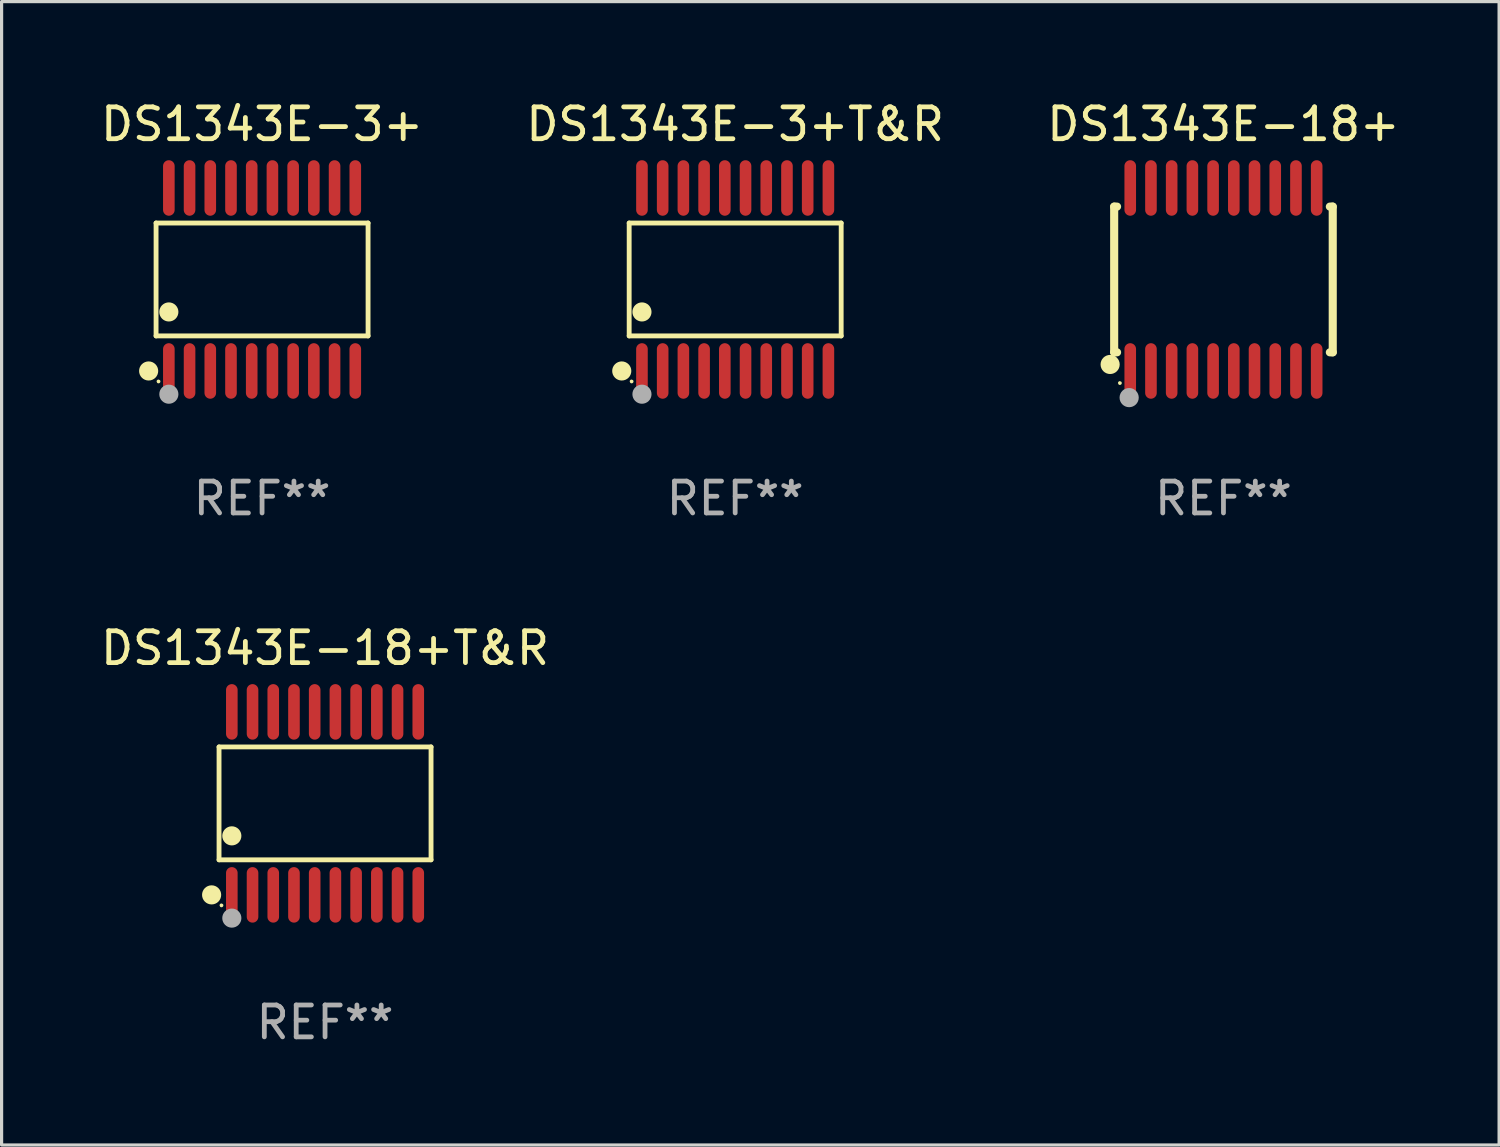
<source format=kicad_pcb>
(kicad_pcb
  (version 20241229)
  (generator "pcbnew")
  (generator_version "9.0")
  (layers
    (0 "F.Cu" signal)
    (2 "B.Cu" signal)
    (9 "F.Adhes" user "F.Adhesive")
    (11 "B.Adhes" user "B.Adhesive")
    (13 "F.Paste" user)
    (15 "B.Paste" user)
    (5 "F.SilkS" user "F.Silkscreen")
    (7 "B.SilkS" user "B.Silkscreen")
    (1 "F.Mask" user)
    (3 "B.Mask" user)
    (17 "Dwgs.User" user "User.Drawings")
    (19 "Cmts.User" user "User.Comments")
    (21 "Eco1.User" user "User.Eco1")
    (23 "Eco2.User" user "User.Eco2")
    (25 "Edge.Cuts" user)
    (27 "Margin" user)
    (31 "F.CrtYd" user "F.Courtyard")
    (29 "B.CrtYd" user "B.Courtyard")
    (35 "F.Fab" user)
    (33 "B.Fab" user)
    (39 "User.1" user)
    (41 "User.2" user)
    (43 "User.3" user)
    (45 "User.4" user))
  (footprint "DS1343E-3+"
    (layer "F.Cu")
    (at 5.173 5.719)
    (property "Reference" "DS1343E-3+" (at 0 -4.871 0) (layer "F.SilkS") (effects (font (size 1 1) (thickness 0.15))))
    (attr through_hole)
    (fp_line (start -3.326 -1.771) (end 3.326 -1.771) (stroke (width 0.152) (type solid)) (layer "F.SilkS"))
    (fp_line (start -3.326 1.771) (end -3.326 -1.771) (stroke (width 0.152) (type solid)) (layer "F.SilkS"))
    (fp_line (start 3.326 -1.771) (end 3.326 1.771) (stroke (width 0.152) (type solid)) (layer "F.SilkS"))
    (fp_line (start 3.326 1.771) (end -3.326 1.771) (stroke (width 0.152) (type solid)) (layer "F.SilkS"))
    (fp_circle (center -3.559 2.871) (end -3.409 2.871) (stroke (width 0.3) (type solid)) (fill no) (layer "F.SilkS"))
    (fp_circle (center -3.25 3.2) (end -3.22 3.2) (stroke (width 0.06) (type solid)) (fill no) (layer "F.SilkS"))
    (fp_circle (center -2.925 1.019) (end -2.775 1.019) (stroke (width 0.3) (type solid)) (fill no) (layer "F.SilkS"))
    (fp_circle (center -2.925 3.6) (end -2.775 3.6) (stroke (width 0.3) (type solid)) (fill no) (layer "F.Fab"))
    (fp_text user "REF**" (at 0 6.871 0) (layer "F.Fab") (effects (font (size 1 1) (thickness 0.15))))
    (pad "1" smd oval (at -2.925 2.871) (size 0.364 1.742) (layers "F.Cu" "F.Mask" "F.Paste"))
    (pad "2" smd oval (at -2.275 2.871) (size 0.364 1.742) (layers "F.Cu" "F.Mask" "F.Paste"))
    (pad "3" smd oval (at -1.625 2.871) (size 0.364 1.742) (layers "F.Cu" "F.Mask" "F.Paste"))
    (pad "4" smd oval (at -0.975 2.871) (size 0.364 1.742) (layers "F.Cu" "F.Mask" "F.Paste"))
    (pad "5" smd oval (at -0.325 2.871) (size 0.364 1.742) (layers "F.Cu" "F.Mask" "F.Paste"))
    (pad "6" smd oval (at 0.325 2.871) (size 0.364 1.742) (layers "F.Cu" "F.Mask" "F.Paste"))
    (pad "7" smd oval (at 0.975 2.871) (size 0.364 1.742) (layers "F.Cu" "F.Mask" "F.Paste"))
    (pad "8" smd oval (at 1.625 2.871) (size 0.364 1.742) (layers "F.Cu" "F.Mask" "F.Paste"))
    (pad "9" smd oval (at 2.275 2.871) (size 0.364 1.742) (layers "F.Cu" "F.Mask" "F.Paste"))
    (pad "10" smd oval (at 2.925 2.871) (size 0.364 1.742) (layers "F.Cu" "F.Mask" "F.Paste"))
    (pad "11" smd oval (at 2.925 -2.871) (size 0.364 1.742) (layers "F.Cu" "F.Mask" "F.Paste"))
    (pad "12" smd oval (at 2.275 -2.871) (size 0.364 1.742) (layers "F.Cu" "F.Mask" "F.Paste"))
    (pad "13" smd oval (at 1.625 -2.871) (size 0.364 1.742) (layers "F.Cu" "F.Mask" "F.Paste"))
    (pad "14" smd oval (at 0.975 -2.871) (size 0.364 1.742) (layers "F.Cu" "F.Mask" "F.Paste"))
    (pad "15" smd oval (at 0.325 -2.871) (size 0.364 1.742) (layers "F.Cu" "F.Mask" "F.Paste"))
    (pad "16" smd oval (at -0.325 -2.871) (size 0.364 1.742) (layers "F.Cu" "F.Mask" "F.Paste"))
    (pad "17" smd oval (at -0.975 -2.871) (size 0.364 1.742) (layers "F.Cu" "F.Mask" "F.Paste"))
    (pad "18" smd oval (at -1.625 -2.871) (size 0.364 1.742) (layers "F.Cu" "F.Mask" "F.Paste"))
    (pad "19" smd oval (at -2.275 -2.871) (size 0.364 1.742) (layers "F.Cu" "F.Mask" "F.Paste"))
    (pad "20" smd oval (at -2.925 -2.871) (size 0.364 1.742) (layers "F.Cu" "F.Mask" "F.Paste")))
  (footprint "DS1343E-3+T&R"
    (layer "F.Cu")
    (at 20.018 5.719)
    (property "Reference" "DS1343E-3+T&R" (at 0 -4.871 0) (layer "F.SilkS") (effects (font (size 1 1) (thickness 0.15))))
    (attr through_hole)
    (fp_line (start -3.326 -1.771) (end 3.326 -1.771) (stroke (width 0.152) (type solid)) (layer "F.SilkS"))
    (fp_line (start -3.326 1.771) (end -3.326 -1.771) (stroke (width 0.152) (type solid)) (layer "F.SilkS"))
    (fp_line (start 3.326 -1.771) (end 3.326 1.771) (stroke (width 0.152) (type solid)) (layer "F.SilkS"))
    (fp_line (start 3.326 1.771) (end -3.326 1.771) (stroke (width 0.152) (type solid)) (layer "F.SilkS"))
    (fp_circle (center -3.559 2.871) (end -3.409 2.871) (stroke (width 0.3) (type solid)) (fill no) (layer "F.SilkS"))
    (fp_circle (center -3.25 3.2) (end -3.22 3.2) (stroke (width 0.06) (type solid)) (fill no) (layer "F.SilkS"))
    (fp_circle (center -2.925 1.019) (end -2.775 1.019) (stroke (width 0.3) (type solid)) (fill no) (layer "F.SilkS"))
    (fp_circle (center -2.925 3.6) (end -2.775 3.6) (stroke (width 0.3) (type solid)) (fill no) (layer "F.Fab"))
    (fp_text user "REF**" (at 0 6.871 0) (layer "F.Fab") (effects (font (size 1 1) (thickness 0.15))))
    (pad "1" smd oval (at -2.925 2.871) (size 0.364 1.742) (layers "F.Cu" "F.Mask" "F.Paste"))
    (pad "2" smd oval (at -2.275 2.871) (size 0.364 1.742) (layers "F.Cu" "F.Mask" "F.Paste"))
    (pad "3" smd oval (at -1.625 2.871) (size 0.364 1.742) (layers "F.Cu" "F.Mask" "F.Paste"))
    (pad "4" smd oval (at -0.975 2.871) (size 0.364 1.742) (layers "F.Cu" "F.Mask" "F.Paste"))
    (pad "5" smd oval (at -0.325 2.871) (size 0.364 1.742) (layers "F.Cu" "F.Mask" "F.Paste"))
    (pad "6" smd oval (at 0.325 2.871) (size 0.364 1.742) (layers "F.Cu" "F.Mask" "F.Paste"))
    (pad "7" smd oval (at 0.975 2.871) (size 0.364 1.742) (layers "F.Cu" "F.Mask" "F.Paste"))
    (pad "8" smd oval (at 1.625 2.871) (size 0.364 1.742) (layers "F.Cu" "F.Mask" "F.Paste"))
    (pad "9" smd oval (at 2.275 2.871) (size 0.364 1.742) (layers "F.Cu" "F.Mask" "F.Paste"))
    (pad "10" smd oval (at 2.925 2.871) (size 0.364 1.742) (layers "F.Cu" "F.Mask" "F.Paste"))
    (pad "11" smd oval (at 2.925 -2.871) (size 0.364 1.742) (layers "F.Cu" "F.Mask" "F.Paste"))
    (pad "12" smd oval (at 2.275 -2.871) (size 0.364 1.742) (layers "F.Cu" "F.Mask" "F.Paste"))
    (pad "13" smd oval (at 1.625 -2.871) (size 0.364 1.742) (layers "F.Cu" "F.Mask" "F.Paste"))
    (pad "14" smd oval (at 0.975 -2.871) (size 0.364 1.742) (layers "F.Cu" "F.Mask" "F.Paste"))
    (pad "15" smd oval (at 0.325 -2.871) (size 0.364 1.742) (layers "F.Cu" "F.Mask" "F.Paste"))
    (pad "16" smd oval (at -0.325 -2.871) (size 0.364 1.742) (layers "F.Cu" "F.Mask" "F.Paste"))
    (pad "17" smd oval (at -0.975 -2.871) (size 0.364 1.742) (layers "F.Cu" "F.Mask" "F.Paste"))
    (pad "18" smd oval (at -1.625 -2.871) (size 0.364 1.742) (layers "F.Cu" "F.Mask" "F.Paste"))
    (pad "19" smd oval (at -2.275 -2.871) (size 0.364 1.742) (layers "F.Cu" "F.Mask" "F.Paste"))
    (pad "20" smd oval (at -2.925 -2.871) (size 0.364 1.742) (layers "F.Cu" "F.Mask" "F.Paste")))
  (footprint "DS1343E-18+T&R"
    (layer "F.Cu")
    (at 7.149 22.158)
    (property "Reference" "DS1343E-18+T&R" (at 0 -4.871 0) (layer "F.SilkS") (effects (font (size 1 1) (thickness 0.15))))
    (attr through_hole)
    (fp_line (start -3.326 -1.771) (end 3.326 -1.771) (stroke (width 0.152) (type solid)) (layer "F.SilkS"))
    (fp_line (start -3.326 1.771) (end -3.326 -1.771) (stroke (width 0.152) (type solid)) (layer "F.SilkS"))
    (fp_line (start 3.326 -1.771) (end 3.326 1.771) (stroke (width 0.152) (type solid)) (layer "F.SilkS"))
    (fp_line (start 3.326 1.771) (end -3.326 1.771) (stroke (width 0.152) (type solid)) (layer "F.SilkS"))
    (fp_circle (center -3.559 2.871) (end -3.409 2.871) (stroke (width 0.3) (type solid)) (fill no) (layer "F.SilkS"))
    (fp_circle (center -3.25 3.2) (end -3.22 3.2) (stroke (width 0.06) (type solid)) (fill no) (layer "F.SilkS"))
    (fp_circle (center -2.925 1.019) (end -2.775 1.019) (stroke (width 0.3) (type solid)) (fill no) (layer "F.SilkS"))
    (fp_circle (center -2.925 3.6) (end -2.775 3.6) (stroke (width 0.3) (type solid)) (fill no) (layer "F.Fab"))
    (fp_text user "REF**" (at 0 6.871 0) (layer "F.Fab") (effects (font (size 1 1) (thickness 0.15))))
    (pad "1" smd oval (at -2.925 2.871) (size 0.364 1.742) (layers "F.Cu" "F.Mask" "F.Paste"))
    (pad "2" smd oval (at -2.275 2.871) (size 0.364 1.742) (layers "F.Cu" "F.Mask" "F.Paste"))
    (pad "3" smd oval (at -1.625 2.871) (size 0.364 1.742) (layers "F.Cu" "F.Mask" "F.Paste"))
    (pad "4" smd oval (at -0.975 2.871) (size 0.364 1.742) (layers "F.Cu" "F.Mask" "F.Paste"))
    (pad "5" smd oval (at -0.325 2.871) (size 0.364 1.742) (layers "F.Cu" "F.Mask" "F.Paste"))
    (pad "6" smd oval (at 0.325 2.871) (size 0.364 1.742) (layers "F.Cu" "F.Mask" "F.Paste"))
    (pad "7" smd oval (at 0.975 2.871) (size 0.364 1.742) (layers "F.Cu" "F.Mask" "F.Paste"))
    (pad "8" smd oval (at 1.625 2.871) (size 0.364 1.742) (layers "F.Cu" "F.Mask" "F.Paste"))
    (pad "9" smd oval (at 2.275 2.871) (size 0.364 1.742) (layers "F.Cu" "F.Mask" "F.Paste"))
    (pad "10" smd oval (at 2.925 2.871) (size 0.364 1.742) (layers "F.Cu" "F.Mask" "F.Paste"))
    (pad "11" smd oval (at 2.925 -2.871) (size 0.364 1.742) (layers "F.Cu" "F.Mask" "F.Paste"))
    (pad "12" smd oval (at 2.275 -2.871) (size 0.364 1.742) (layers "F.Cu" "F.Mask" "F.Paste"))
    (pad "13" smd oval (at 1.625 -2.871) (size 0.364 1.742) (layers "F.Cu" "F.Mask" "F.Paste"))
    (pad "14" smd oval (at 0.975 -2.871) (size 0.364 1.742) (layers "F.Cu" "F.Mask" "F.Paste"))
    (pad "15" smd oval (at 0.325 -2.871) (size 0.364 1.742) (layers "F.Cu" "F.Mask" "F.Paste"))
    (pad "16" smd oval (at -0.325 -2.871) (size 0.364 1.742) (layers "F.Cu" "F.Mask" "F.Paste"))
    (pad "17" smd oval (at -0.975 -2.871) (size 0.364 1.742) (layers "F.Cu" "F.Mask" "F.Paste"))
    (pad "18" smd oval (at -1.625 -2.871) (size 0.364 1.742) (layers "F.Cu" "F.Mask" "F.Paste"))
    (pad "19" smd oval (at -2.275 -2.871) (size 0.364 1.742) (layers "F.Cu" "F.Mask" "F.Paste"))
    (pad "20" smd oval (at -2.925 -2.871) (size 0.364 1.742) (layers "F.Cu" "F.Mask" "F.Paste")))
  (footprint "DS1343E-18+"
    (layer "F.Cu")
    (at 35.339 5.719)
    (property "Reference" "DS1343E-18+" (at 0 -4.871 0) (layer "F.SilkS") (effects (font (size 1 1) (thickness 0.15))))
    (attr through_hole)
    (fp_line (start -3.429 -2.286) (end -3.429 2.286) (stroke (width 0.254) (type solid)) (layer "F.SilkS"))
    (fp_line (start -3.429 2.286) (end -3.338 2.286) (stroke (width 0.254) (type solid)) (layer "F.SilkS"))
    (fp_line (start -3.338 -2.286) (end -3.429 -2.286) (stroke (width 0.254) (type solid)) (layer "F.SilkS"))
    (fp_line (start 3.338 -2.286) (end 3.429 -2.286) (stroke (width 0.254) (type solid)) (layer "F.SilkS"))
    (fp_line (start 3.429 -2.286) (end 3.429 2.286) (stroke (width 0.254) (type solid)) (layer "F.SilkS"))
    (fp_line (start 3.429 2.286) (end 3.338 2.286) (stroke (width 0.254) (type solid)) (layer "F.SilkS"))
    (fp_circle (center -3.556 2.667) (end -3.406 2.667) (stroke (width 0.3) (type solid)) (fill no) (layer "F.SilkS"))
    (fp_circle (center -3.25 3.25) (end -3.22 3.25) (stroke (width 0.06) (type solid)) (fill no) (layer "F.SilkS"))
    (fp_circle (center -2.959 3.707) (end -2.808 3.707) (stroke (width 0.3) (type solid)) (fill no) (layer "F.Fab"))
    (fp_text user "REF**" (at 0 6.871 0) (layer "F.Fab") (effects (font (size 1 1) (thickness 0.15))))
    (pad "1" smd oval (at -2.925 2.871) (size 0.364 1.742) (layers "F.Cu" "F.Mask" "F.Paste"))
    (pad "2" smd oval (at -2.275 2.871) (size 0.364 1.742) (layers "F.Cu" "F.Mask" "F.Paste"))
    (pad "3" smd oval (at -1.625 2.871) (size 0.364 1.742) (layers "F.Cu" "F.Mask" "F.Paste"))
    (pad "4" smd oval (at -0.975 2.871) (size 0.364 1.742) (layers "F.Cu" "F.Mask" "F.Paste"))
    (pad "5" smd oval (at -0.325 2.871) (size 0.364 1.742) (layers "F.Cu" "F.Mask" "F.Paste"))
    (pad "6" smd oval (at 0.325 2.871) (size 0.364 1.742) (layers "F.Cu" "F.Mask" "F.Paste"))
    (pad "7" smd oval (at 0.975 2.871) (size 0.364 1.742) (layers "F.Cu" "F.Mask" "F.Paste"))
    (pad "8" smd oval (at 1.625 2.871) (size 0.364 1.742) (layers "F.Cu" "F.Mask" "F.Paste"))
    (pad "9" smd oval (at 2.275 2.871) (size 0.364 1.742) (layers "F.Cu" "F.Mask" "F.Paste"))
    (pad "10" smd oval (at 2.925 2.871) (size 0.364 1.742) (layers "F.Cu" "F.Mask" "F.Paste"))
    (pad "11" smd oval (at 2.925 -2.871) (size 0.364 1.742) (layers "F.Cu" "F.Mask" "F.Paste"))
    (pad "12" smd oval (at 2.275 -2.871) (size 0.364 1.742) (layers "F.Cu" "F.Mask" "F.Paste"))
    (pad "13" smd oval (at 1.625 -2.871) (size 0.364 1.742) (layers "F.Cu" "F.Mask" "F.Paste"))
    (pad "14" smd oval (at 0.975 -2.871) (size 0.364 1.742) (layers "F.Cu" "F.Mask" "F.Paste"))
    (pad "15" smd oval (at 0.325 -2.871) (size 0.364 1.742) (layers "F.Cu" "F.Mask" "F.Paste"))
    (pad "16" smd oval (at -0.325 -2.871) (size 0.364 1.742) (layers "F.Cu" "F.Mask" "F.Paste"))
    (pad "17" smd oval (at -0.975 -2.871) (size 0.364 1.742) (layers "F.Cu" "F.Mask" "F.Paste"))
    (pad "18" smd oval (at -1.625 -2.871) (size 0.364 1.742) (layers "F.Cu" "F.Mask" "F.Paste"))
    (pad "19" smd oval (at -2.275 -2.871) (size 0.364 1.742) (layers "F.Cu" "F.Mask" "F.Paste"))
    (pad "20" smd oval (at -2.925 -2.871) (size 0.364 1.742) (layers "F.Cu" "F.Mask" "F.Paste")))
  (gr_rect
    (start -3 -3)
    (end 43.988 32.877)
    (stroke (width 0.1) (type default))
    (fill no)
    (layer "Edge.Cuts")))
</source>
